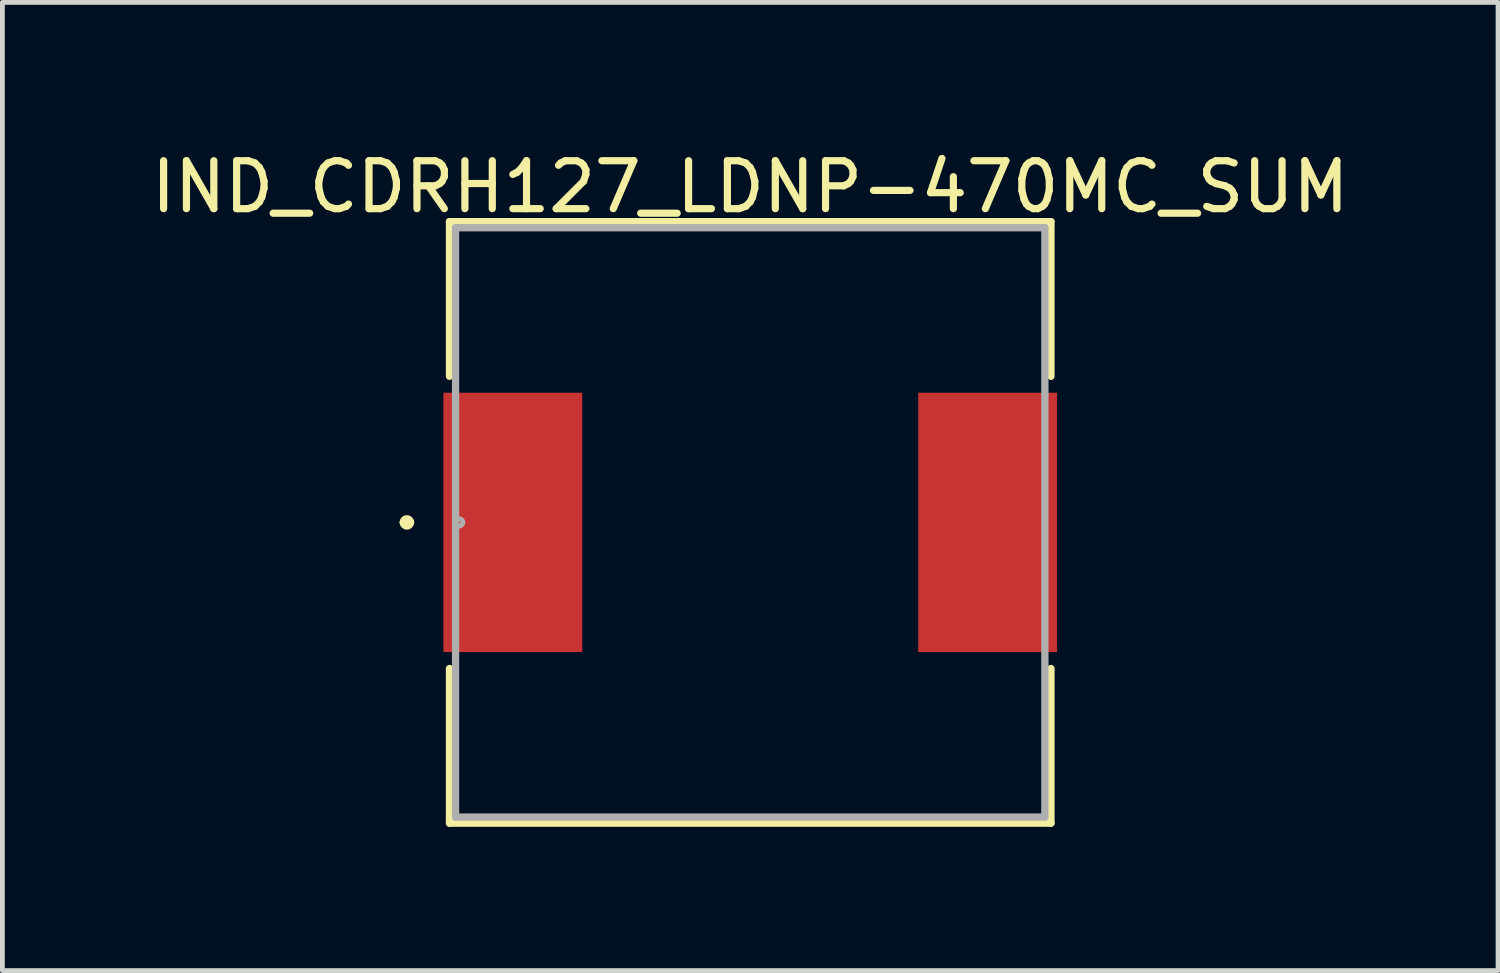
<source format=kicad_pcb>
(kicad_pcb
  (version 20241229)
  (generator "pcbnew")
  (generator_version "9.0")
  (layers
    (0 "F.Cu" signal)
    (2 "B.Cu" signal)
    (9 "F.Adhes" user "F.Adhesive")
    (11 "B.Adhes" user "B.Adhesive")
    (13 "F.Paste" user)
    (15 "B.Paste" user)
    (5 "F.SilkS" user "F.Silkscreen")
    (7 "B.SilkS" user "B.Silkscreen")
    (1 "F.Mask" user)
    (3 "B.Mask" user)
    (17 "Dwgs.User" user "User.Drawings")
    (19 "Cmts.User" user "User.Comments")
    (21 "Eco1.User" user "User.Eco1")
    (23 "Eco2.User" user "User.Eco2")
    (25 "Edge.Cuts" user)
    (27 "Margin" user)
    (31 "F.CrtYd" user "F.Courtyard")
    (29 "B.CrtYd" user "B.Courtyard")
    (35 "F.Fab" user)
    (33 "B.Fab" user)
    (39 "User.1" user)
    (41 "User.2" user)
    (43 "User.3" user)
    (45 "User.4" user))
  (footprint "IND_CDRH127_LDNP-470MC_SUM"
    (layer "F.Cu")
    (at 12.601 7.848)
    (property "Reference" "IND_CDRH127_LDNP-470MC_SUM" (at 0 -7 0) (layer "F.SilkS") (effects (font (size 1 1) (thickness 0.15))))
    (attr smd)
    (fp_line (start -6.274 -6.274) (end -6.274 -3.048) (stroke (width 0.152) (type solid)) (layer "F.SilkS"))
    (fp_line (start -6.274 3.048) (end -6.274 6.274) (stroke (width 0.152) (type solid)) (layer "F.SilkS"))
    (fp_line (start -6.274 6.274) (end 6.274 6.274) (stroke (width 0.152) (type solid)) (layer "F.SilkS"))
    (fp_line (start 6.274 -6.274) (end -6.274 -6.274) (stroke (width 0.152) (type solid)) (layer "F.SilkS"))
    (fp_line (start 6.274 -3.048) (end 6.274 -6.274) (stroke (width 0.152) (type solid)) (layer "F.SilkS"))
    (fp_line (start 6.274 6.274) (end 6.274 3.048) (stroke (width 0.152) (type solid)) (layer "F.SilkS"))
    (fp_arc (start -7.239 0) (mid -7.1628 -0.0762) (end -7.0866 0) (stroke (width 0.1524) (type solid)) (layer "F.SilkS"))
    (fp_arc (start -7.0866 0) (mid -7.1628 0.0762) (end -7.239 0) (stroke (width 0.1524) (type solid)) (layer "F.SilkS"))
    (fp_line (start -6.147 -6.147) (end -6.147 0) (stroke (width 0.152) (type solid)) (layer "F.Fab"))
    (fp_line (start -6.147 0) (end -6.147 6.147) (stroke (width 0.152) (type solid)) (layer "F.Fab"))
    (fp_line (start -6.147 6.147) (end 6.147 6.147) (stroke (width 0.152) (type solid)) (layer "F.Fab"))
    (fp_line (start 6.147 -6.147) (end -6.147 -6.147) (stroke (width 0.152) (type solid)) (layer "F.Fab"))
    (fp_line (start 6.147 6.147) (end 6.147 -6.147) (stroke (width 0.152) (type solid)) (layer "F.Fab"))
    (fp_arc (start -6.1468 0) (mid -6.0706 -0.0762) (end -5.9944 0) (stroke (width 0.1) (type solid)) (layer "F.Fab"))
    (fp_arc (start -5.9944 0) (mid -6.0706 0.0762) (end -6.1468 0) (stroke (width 0.1) (type solid)) (layer "F.Fab"))
    (pad "1" smd rect (at -4.953 0) (size 2.896 5.41) (layers "F.Cu" "F.Mask" "F.Paste"))
    (pad "2" smd rect (at 4.953 0) (size 2.896 5.41) (layers "F.Cu" "F.Mask" "F.Paste")))
  (gr_rect
    (start -3 -3)
    (end 28.202 17.198)
    (stroke (width 0.1) (type default))
    (fill no)
    (layer "Edge.Cuts")))
</source>
